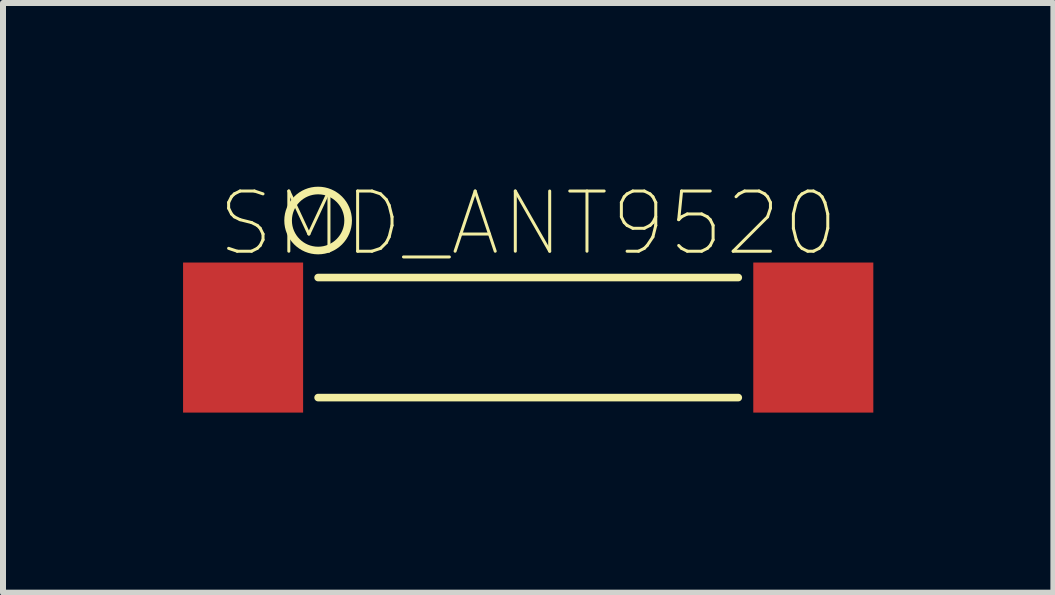
<source format=kicad_pcb>
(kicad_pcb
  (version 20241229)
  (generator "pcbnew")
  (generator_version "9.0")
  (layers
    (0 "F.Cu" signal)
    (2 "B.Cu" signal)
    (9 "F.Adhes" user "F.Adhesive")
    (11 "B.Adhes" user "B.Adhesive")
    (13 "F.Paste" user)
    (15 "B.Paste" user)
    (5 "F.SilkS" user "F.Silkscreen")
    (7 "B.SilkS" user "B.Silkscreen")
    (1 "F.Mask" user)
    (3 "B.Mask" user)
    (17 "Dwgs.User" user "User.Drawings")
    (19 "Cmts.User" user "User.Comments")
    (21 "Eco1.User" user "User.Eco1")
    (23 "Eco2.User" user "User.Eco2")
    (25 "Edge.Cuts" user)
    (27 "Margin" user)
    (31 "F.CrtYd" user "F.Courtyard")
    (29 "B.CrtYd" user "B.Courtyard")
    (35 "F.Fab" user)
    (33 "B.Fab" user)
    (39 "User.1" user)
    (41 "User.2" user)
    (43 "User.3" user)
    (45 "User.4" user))
  (footprint "SMD_ANT9520"
    (layer "F.Cu")
    (at 5.75 2.574)
    (property "Reference" "SMD_ANT9520" (at 0 -1.9 0) (layer "F.SilkS") (effects (font (size 1.003 1.003) (thickness 0.05))))
    (attr smd)
    (fp_line (start -3.5 -1) (end 3.5 -1) (stroke (width 0.127) (type solid)) (layer "F.SilkS"))
    (fp_line (start 3.5 1) (end -3.5 1) (stroke (width 0.127) (type solid)) (layer "F.SilkS"))
    (fp_circle (center -3.5 -1.95) (end -3 -1.95) (stroke (width 0.127) (type solid)) (fill no) (layer "F.SilkS"))
    (pad "1" smd rect (at -4.75 0 90) (size 2.5 2) (layers "F.Cu" "F.Mask" "F.Paste"))
    (pad "2" smd rect (at 4.75 0 90) (size 2.5 2) (layers "F.Cu" "F.Mask" "F.Paste")))
  (gr_rect
    (start -3 -3)
    (end 14.5 6.824)
    (stroke (width 0.1) (type default))
    (fill no)
    (layer "Edge.Cuts")))
</source>
